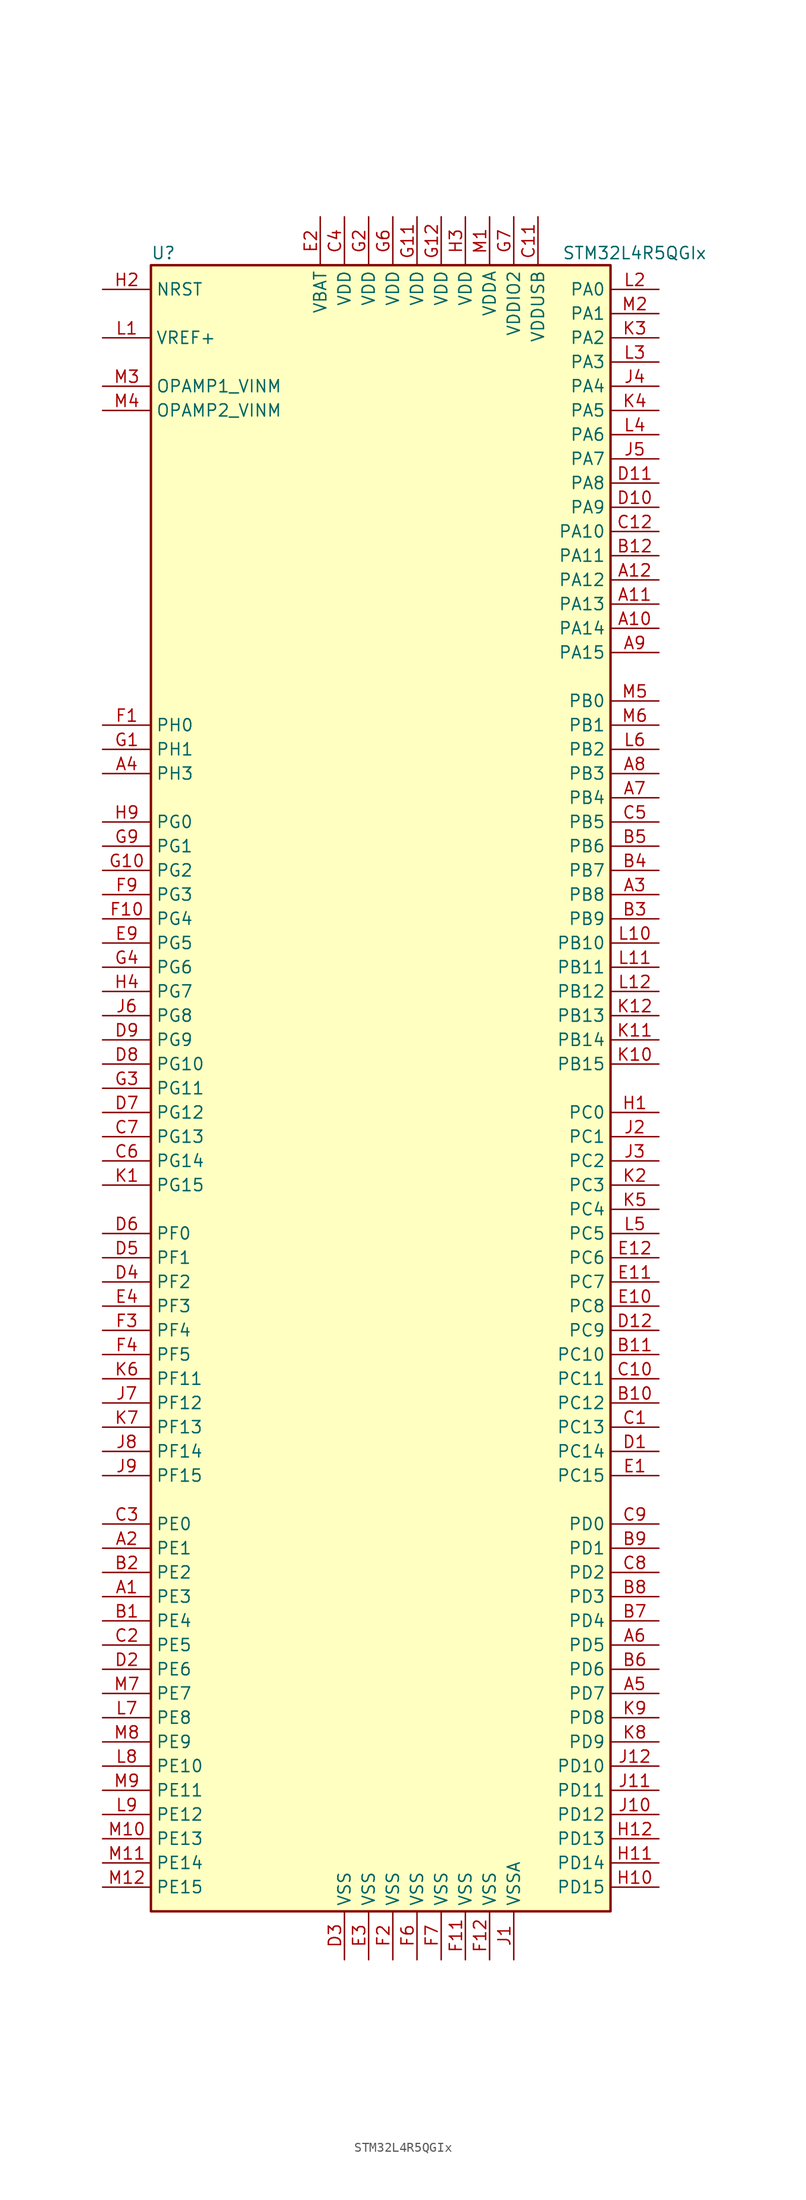
<source format=kicad_sym>
(kicad_symbol_lib
  (version 20211014)
  (generator kicad_symbol_editor)
  (symbol "STM32L4R5QGIx"
    (property "Reference" "U"
      (at -25.4 87.63 0)
      (effects (font (size 1.27 1.27)) (justify left)))
    (property "Value" "STM32L4R5QGIx"
      (at 17.78 87.63 0)
      (effects (font (size 1.27 1.27)) (justify left)))
    (symbol "STM32L4R5QGIx_0_1"
      (rectangle (start -25.4 -86.36) (end 22.86 86.36) (stroke (width 0.254) (type default) (color 0 0 0 0)) (fill (type background))))
    (symbol "STM32L4R5QGIx_1_1"
      (pin bidirectional line (at -30.48 -53.34 0) (length 5.08) (name "PE3" (effects (font (size 1.27 1.27)))) (number "A1" (effects (font (size 1.27 1.27)))))
      (pin bidirectional line (at 27.94 48.26 180) (length 5.08) (name "PA14" (effects (font (size 1.27 1.27)))) (number "A10" (effects (font (size 1.27 1.27)))))
      (pin bidirectional line (at 27.94 50.8 180) (length 5.08) (name "PA13" (effects (font (size 1.27 1.27)))) (number "A11" (effects (font (size 1.27 1.27)))))
      (pin bidirectional line (at 27.94 53.34 180) (length 5.08) (name "PA12" (effects (font (size 1.27 1.27)))) (number "A12" (effects (font (size 1.27 1.27)))))
      (pin bidirectional line (at -30.48 -48.26 0) (length 5.08) (name "PE1" (effects (font (size 1.27 1.27)))) (number "A2" (effects (font (size 1.27 1.27)))))
      (pin bidirectional line (at 27.94 20.32 180) (length 5.08) (name "PB8" (effects (font (size 1.27 1.27)))) (number "A3" (effects (font (size 1.27 1.27)))))
      (pin bidirectional line (at -30.48 33.02 0) (length 5.08) (name "PH3" (effects (font (size 1.27 1.27)))) (number "A4" (effects (font (size 1.27 1.27)))))
      (pin bidirectional line (at 27.94 -63.5 180) (length 5.08) (name "PD7" (effects (font (size 1.27 1.27)))) (number "A5" (effects (font (size 1.27 1.27)))))
      (pin bidirectional line (at 27.94 -58.42 180) (length 5.08) (name "PD5" (effects (font (size 1.27 1.27)))) (number "A6" (effects (font (size 1.27 1.27)))))
      (pin bidirectional line (at 27.94 30.48 180) (length 5.08) (name "PB4" (effects (font (size 1.27 1.27)))) (number "A7" (effects (font (size 1.27 1.27)))))
      (pin bidirectional line (at 27.94 33.02 180) (length 5.08) (name "PB3" (effects (font (size 1.27 1.27)))) (number "A8" (effects (font (size 1.27 1.27)))))
      (pin bidirectional line (at 27.94 45.72 180) (length 5.08) (name "PA15" (effects (font (size 1.27 1.27)))) (number "A9" (effects (font (size 1.27 1.27)))))
      (pin bidirectional line (at -30.48 -55.88 0) (length 5.08) (name "PE4" (effects (font (size 1.27 1.27)))) (number "B1" (effects (font (size 1.27 1.27)))))
      (pin bidirectional line (at 27.94 -33.02 180) (length 5.08) (name "PC12" (effects (font (size 1.27 1.27)))) (number "B10" (effects (font (size 1.27 1.27)))))
      (pin bidirectional line (at 27.94 -27.94 180) (length 5.08) (name "PC10" (effects (font (size 1.27 1.27)))) (number "B11" (effects (font (size 1.27 1.27)))))
      (pin bidirectional line (at 27.94 55.88 180) (length 5.08) (name "PA11" (effects (font (size 1.27 1.27)))) (number "B12" (effects (font (size 1.27 1.27)))))
      (pin bidirectional line (at -30.48 -50.8 0) (length 5.08) (name "PE2" (effects (font (size 1.27 1.27)))) (number "B2" (effects (font (size 1.27 1.27)))))
      (pin bidirectional line (at 27.94 17.78 180) (length 5.08) (name "PB9" (effects (font (size 1.27 1.27)))) (number "B3" (effects (font (size 1.27 1.27)))))
      (pin bidirectional line (at 27.94 22.86 180) (length 5.08) (name "PB7" (effects (font (size 1.27 1.27)))) (number "B4" (effects (font (size 1.27 1.27)))))
      (pin bidirectional line (at 27.94 25.4 180) (length 5.08) (name "PB6" (effects (font (size 1.27 1.27)))) (number "B5" (effects (font (size 1.27 1.27)))))
      (pin bidirectional line (at 27.94 -60.96 180) (length 5.08) (name "PD6" (effects (font (size 1.27 1.27)))) (number "B6" (effects (font (size 1.27 1.27)))))
      (pin bidirectional line (at 27.94 -55.88 180) (length 5.08) (name "PD4" (effects (font (size 1.27 1.27)))) (number "B7" (effects (font (size 1.27 1.27)))))
      (pin bidirectional line (at 27.94 -53.34 180) (length 5.08) (name "PD3" (effects (font (size 1.27 1.27)))) (number "B8" (effects (font (size 1.27 1.27)))))
      (pin bidirectional line (at 27.94 -48.26 180) (length 5.08) (name "PD1" (effects (font (size 1.27 1.27)))) (number "B9" (effects (font (size 1.27 1.27)))))
      (pin bidirectional line (at 27.94 -35.56 180) (length 5.08) (name "PC13" (effects (font (size 1.27 1.27)))) (number "C1" (effects (font (size 1.27 1.27)))))
      (pin bidirectional line (at 27.94 -30.48 180) (length 5.08) (name "PC11" (effects (font (size 1.27 1.27)))) (number "C10" (effects (font (size 1.27 1.27)))))
      (pin power_in line (at 15.24 91.44 270) (length 5.08) (name "VDDUSB" (effects (font (size 1.27 1.27)))) (number "C11" (effects (font (size 1.27 1.27)))))
      (pin bidirectional line (at 27.94 58.42 180) (length 5.08) (name "PA10" (effects (font (size 1.27 1.27)))) (number "C12" (effects (font (size 1.27 1.27)))))
      (pin bidirectional line (at -30.48 -58.42 0) (length 5.08) (name "PE5" (effects (font (size 1.27 1.27)))) (number "C2" (effects (font (size 1.27 1.27)))))
      (pin bidirectional line (at -30.48 -45.72 0) (length 5.08) (name "PE0" (effects (font (size 1.27 1.27)))) (number "C3" (effects (font (size 1.27 1.27)))))
      (pin power_in line (at -5.08 91.44 270) (length 5.08) (name "VDD" (effects (font (size 1.27 1.27)))) (number "C4" (effects (font (size 1.27 1.27)))))
      (pin bidirectional line (at 27.94 27.94 180) (length 5.08) (name "PB5" (effects (font (size 1.27 1.27)))) (number "C5" (effects (font (size 1.27 1.27)))))
      (pin bidirectional line (at -30.48 -7.62 0) (length 5.08) (name "PG14" (effects (font (size 1.27 1.27)))) (number "C6" (effects (font (size 1.27 1.27)))))
      (pin bidirectional line (at -30.48 -5.08 0) (length 5.08) (name "PG13" (effects (font (size 1.27 1.27)))) (number "C7" (effects (font (size 1.27 1.27)))))
      (pin bidirectional line (at 27.94 -50.8 180) (length 5.08) (name "PD2" (effects (font (size 1.27 1.27)))) (number "C8" (effects (font (size 1.27 1.27)))))
      (pin bidirectional line (at 27.94 -45.72 180) (length 5.08) (name "PD0" (effects (font (size 1.27 1.27)))) (number "C9" (effects (font (size 1.27 1.27)))))
      (pin bidirectional line (at 27.94 -38.1 180) (length 5.08) (name "PC14" (effects (font (size 1.27 1.27)))) (number "D1" (effects (font (size 1.27 1.27)))))
      (pin bidirectional line (at 27.94 60.96 180) (length 5.08) (name "PA9" (effects (font (size 1.27 1.27)))) (number "D10" (effects (font (size 1.27 1.27)))))
      (pin bidirectional line (at 27.94 63.5 180) (length 5.08) (name "PA8" (effects (font (size 1.27 1.27)))) (number "D11" (effects (font (size 1.27 1.27)))))
      (pin bidirectional line (at 27.94 -25.4 180) (length 5.08) (name "PC9" (effects (font (size 1.27 1.27)))) (number "D12" (effects (font (size 1.27 1.27)))))
      (pin bidirectional line (at -30.48 -60.96 0) (length 5.08) (name "PE6" (effects (font (size 1.27 1.27)))) (number "D2" (effects (font (size 1.27 1.27)))))
      (pin power_in line (at -5.08 -91.44 90) (length 5.08) (name "VSS" (effects (font (size 1.27 1.27)))) (number "D3" (effects (font (size 1.27 1.27)))))
      (pin bidirectional line (at -30.48 -20.32 0) (length 5.08) (name "PF2" (effects (font (size 1.27 1.27)))) (number "D4" (effects (font (size 1.27 1.27)))))
      (pin bidirectional line (at -30.48 -17.78 0) (length 5.08) (name "PF1" (effects (font (size 1.27 1.27)))) (number "D5" (effects (font (size 1.27 1.27)))))
      (pin bidirectional line (at -30.48 -15.24 0) (length 5.08) (name "PF0" (effects (font (size 1.27 1.27)))) (number "D6" (effects (font (size 1.27 1.27)))))
      (pin bidirectional line (at -30.48 -2.54 0) (length 5.08) (name "PG12" (effects (font (size 1.27 1.27)))) (number "D7" (effects (font (size 1.27 1.27)))))
      (pin bidirectional line (at -30.48 2.54 0) (length 5.08) (name "PG10" (effects (font (size 1.27 1.27)))) (number "D8" (effects (font (size 1.27 1.27)))))
      (pin bidirectional line (at -30.48 5.08 0) (length 5.08) (name "PG9" (effects (font (size 1.27 1.27)))) (number "D9" (effects (font (size 1.27 1.27)))))
      (pin bidirectional line (at 27.94 -40.64 180) (length 5.08) (name "PC15" (effects (font (size 1.27 1.27)))) (number "E1" (effects (font (size 1.27 1.27)))))
      (pin bidirectional line (at 27.94 -22.86 180) (length 5.08) (name "PC8" (effects (font (size 1.27 1.27)))) (number "E10" (effects (font (size 1.27 1.27)))))
      (pin bidirectional line (at 27.94 -20.32 180) (length 5.08) (name "PC7" (effects (font (size 1.27 1.27)))) (number "E11" (effects (font (size 1.27 1.27)))))
      (pin bidirectional line (at 27.94 -17.78 180) (length 5.08) (name "PC6" (effects (font (size 1.27 1.27)))) (number "E12" (effects (font (size 1.27 1.27)))))
      (pin power_in line (at -7.62 91.44 270) (length 5.08) (name "VBAT" (effects (font (size 1.27 1.27)))) (number "E2" (effects (font (size 1.27 1.27)))))
      (pin power_in line (at -2.54 -91.44 90) (length 5.08) (name "VSS" (effects (font (size 1.27 1.27)))) (number "E3" (effects (font (size 1.27 1.27)))))
      (pin bidirectional line (at -30.48 -22.86 0) (length 5.08) (name "PF3" (effects (font (size 1.27 1.27)))) (number "E4" (effects (font (size 1.27 1.27)))))
      (pin bidirectional line (at -30.48 15.24 0) (length 5.08) (name "PG5" (effects (font (size 1.27 1.27)))) (number "E9" (effects (font (size 1.27 1.27)))))
      (pin input line (at -30.48 38.1 0) (length 5.08) (name "PH0" (effects (font (size 1.27 1.27)))) (number "F1" (effects (font (size 1.27 1.27)))))
      (pin bidirectional line (at -30.48 17.78 0) (length 5.08) (name "PG4" (effects (font (size 1.27 1.27)))) (number "F10" (effects (font (size 1.27 1.27)))))
      (pin power_in line (at 7.62 -91.44 90) (length 5.08) (name "VSS" (effects (font (size 1.27 1.27)))) (number "F11" (effects (font (size 1.27 1.27)))))
      (pin power_in line (at 10.16 -91.44 90) (length 5.08) (name "VSS" (effects (font (size 1.27 1.27)))) (number "F12" (effects (font (size 1.27 1.27)))))
      (pin power_in line (at 0 -91.44 90) (length 5.08) (name "VSS" (effects (font (size 1.27 1.27)))) (number "F2" (effects (font (size 1.27 1.27)))))
      (pin bidirectional line (at -30.48 -25.4 0) (length 5.08) (name "PF4" (effects (font (size 1.27 1.27)))) (number "F3" (effects (font (size 1.27 1.27)))))
      (pin bidirectional line (at -30.48 -27.94 0) (length 5.08) (name "PF5" (effects (font (size 1.27 1.27)))) (number "F4" (effects (font (size 1.27 1.27)))))
      (pin power_in line (at 2.54 -91.44 90) (length 5.08) (name "VSS" (effects (font (size 1.27 1.27)))) (number "F6" (effects (font (size 1.27 1.27)))))
      (pin power_in line (at 5.08 -91.44 90) (length 5.08) (name "VSS" (effects (font (size 1.27 1.27)))) (number "F7" (effects (font (size 1.27 1.27)))))
      (pin bidirectional line (at -30.48 20.32 0) (length 5.08) (name "PG3" (effects (font (size 1.27 1.27)))) (number "F9" (effects (font (size 1.27 1.27)))))
      (pin input line (at -30.48 35.56 0) (length 5.08) (name "PH1" (effects (font (size 1.27 1.27)))) (number "G1" (effects (font (size 1.27 1.27)))))
      (pin bidirectional line (at -30.48 22.86 0) (length 5.08) (name "PG2" (effects (font (size 1.27 1.27)))) (number "G10" (effects (font (size 1.27 1.27)))))
      (pin power_in line (at 2.54 91.44 270) (length 5.08) (name "VDD" (effects (font (size 1.27 1.27)))) (number "G11" (effects (font (size 1.27 1.27)))))
      (pin power_in line (at 5.08 91.44 270) (length 5.08) (name "VDD" (effects (font (size 1.27 1.27)))) (number "G12" (effects (font (size 1.27 1.27)))))
      (pin power_in line (at -2.54 91.44 270) (length 5.08) (name "VDD" (effects (font (size 1.27 1.27)))) (number "G2" (effects (font (size 1.27 1.27)))))
      (pin bidirectional line (at -30.48 0 0) (length 5.08) (name "PG11" (effects (font (size 1.27 1.27)))) (number "G3" (effects (font (size 1.27 1.27)))))
      (pin bidirectional line (at -30.48 12.7 0) (length 5.08) (name "PG6" (effects (font (size 1.27 1.27)))) (number "G4" (effects (font (size 1.27 1.27)))))
      (pin power_in line (at 0 91.44 270) (length 5.08) (name "VDD" (effects (font (size 1.27 1.27)))) (number "G6" (effects (font (size 1.27 1.27)))))
      (pin power_in line (at 12.7 91.44 270) (length 5.08) (name "VDDIO2" (effects (font (size 1.27 1.27)))) (number "G7" (effects (font (size 1.27 1.27)))))
      (pin bidirectional line (at -30.48 25.4 0) (length 5.08) (name "PG1" (effects (font (size 1.27 1.27)))) (number "G9" (effects (font (size 1.27 1.27)))))
      (pin bidirectional line (at 27.94 -2.54 180) (length 5.08) (name "PC0" (effects (font (size 1.27 1.27)))) (number "H1" (effects (font (size 1.27 1.27)))))
      (pin bidirectional line (at 27.94 -83.82 180) (length 5.08) (name "PD15" (effects (font (size 1.27 1.27)))) (number "H10" (effects (font (size 1.27 1.27)))))
      (pin bidirectional line (at 27.94 -81.28 180) (length 5.08) (name "PD14" (effects (font (size 1.27 1.27)))) (number "H11" (effects (font (size 1.27 1.27)))))
      (pin bidirectional line (at 27.94 -78.74 180) (length 5.08) (name "PD13" (effects (font (size 1.27 1.27)))) (number "H12" (effects (font (size 1.27 1.27)))))
      (pin input line (at -30.48 83.82 0) (length 5.08) (name "NRST" (effects (font (size 1.27 1.27)))) (number "H2" (effects (font (size 1.27 1.27)))))
      (pin power_in line (at 7.62 91.44 270) (length 5.08) (name "VDD" (effects (font (size 1.27 1.27)))) (number "H3" (effects (font (size 1.27 1.27)))))
      (pin bidirectional line (at -30.48 10.16 0) (length 5.08) (name "PG7" (effects (font (size 1.27 1.27)))) (number "H4" (effects (font (size 1.27 1.27)))))
      (pin bidirectional line (at -30.48 27.94 0) (length 5.08) (name "PG0" (effects (font (size 1.27 1.27)))) (number "H9" (effects (font (size 1.27 1.27)))))
      (pin power_in line (at 12.7 -91.44 90) (length 5.08) (name "VSSA" (effects (font (size 1.27 1.27)))) (number "J1" (effects (font (size 1.27 1.27)))))
      (pin bidirectional line (at 27.94 -76.2 180) (length 5.08) (name "PD12" (effects (font (size 1.27 1.27)))) (number "J10" (effects (font (size 1.27 1.27)))))
      (pin bidirectional line (at 27.94 -73.66 180) (length 5.08) (name "PD11" (effects (font (size 1.27 1.27)))) (number "J11" (effects (font (size 1.27 1.27)))))
      (pin bidirectional line (at 27.94 -71.12 180) (length 5.08) (name "PD10" (effects (font (size 1.27 1.27)))) (number "J12" (effects (font (size 1.27 1.27)))))
      (pin bidirectional line (at 27.94 -5.08 180) (length 5.08) (name "PC1" (effects (font (size 1.27 1.27)))) (number "J2" (effects (font (size 1.27 1.27)))))
      (pin bidirectional line (at 27.94 -7.62 180) (length 5.08) (name "PC2" (effects (font (size 1.27 1.27)))) (number "J3" (effects (font (size 1.27 1.27)))))
      (pin bidirectional line (at 27.94 73.66 180) (length 5.08) (name "PA4" (effects (font (size 1.27 1.27)))) (number "J4" (effects (font (size 1.27 1.27)))))
      (pin bidirectional line (at 27.94 66.04 180) (length 5.08) (name "PA7" (effects (font (size 1.27 1.27)))) (number "J5" (effects (font (size 1.27 1.27)))))
      (pin bidirectional line (at -30.48 7.62 0) (length 5.08) (name "PG8" (effects (font (size 1.27 1.27)))) (number "J6" (effects (font (size 1.27 1.27)))))
      (pin bidirectional line (at -30.48 -33.02 0) (length 5.08) (name "PF12" (effects (font (size 1.27 1.27)))) (number "J7" (effects (font (size 1.27 1.27)))))
      (pin bidirectional line (at -30.48 -38.1 0) (length 5.08) (name "PF14" (effects (font (size 1.27 1.27)))) (number "J8" (effects (font (size 1.27 1.27)))))
      (pin bidirectional line (at -30.48 -40.64 0) (length 5.08) (name "PF15" (effects (font (size 1.27 1.27)))) (number "J9" (effects (font (size 1.27 1.27)))))
      (pin bidirectional line (at -30.48 -10.16 0) (length 5.08) (name "PG15" (effects (font (size 1.27 1.27)))) (number "K1" (effects (font (size 1.27 1.27)))))
      (pin bidirectional line (at 27.94 2.54 180) (length 5.08) (name "PB15" (effects (font (size 1.27 1.27)))) (number "K10" (effects (font (size 1.27 1.27)))))
      (pin bidirectional line (at 27.94 5.08 180) (length 5.08) (name "PB14" (effects (font (size 1.27 1.27)))) (number "K11" (effects (font (size 1.27 1.27)))))
      (pin bidirectional line (at 27.94 7.62 180) (length 5.08) (name "PB13" (effects (font (size 1.27 1.27)))) (number "K12" (effects (font (size 1.27 1.27)))))
      (pin bidirectional line (at 27.94 -10.16 180) (length 5.08) (name "PC3" (effects (font (size 1.27 1.27)))) (number "K2" (effects (font (size 1.27 1.27)))))
      (pin bidirectional line (at 27.94 78.74 180) (length 5.08) (name "PA2" (effects (font (size 1.27 1.27)))) (number "K3" (effects (font (size 1.27 1.27)))))
      (pin bidirectional line (at 27.94 71.12 180) (length 5.08) (name "PA5" (effects (font (size 1.27 1.27)))) (number "K4" (effects (font (size 1.27 1.27)))))
      (pin bidirectional line (at 27.94 -12.7 180) (length 5.08) (name "PC4" (effects (font (size 1.27 1.27)))) (number "K5" (effects (font (size 1.27 1.27)))))
      (pin bidirectional line (at -30.48 -30.48 0) (length 5.08) (name "PF11" (effects (font (size 1.27 1.27)))) (number "K6" (effects (font (size 1.27 1.27)))))
      (pin bidirectional line (at -30.48 -35.56 0) (length 5.08) (name "PF13" (effects (font (size 1.27 1.27)))) (number "K7" (effects (font (size 1.27 1.27)))))
      (pin bidirectional line (at 27.94 -68.58 180) (length 5.08) (name "PD9" (effects (font (size 1.27 1.27)))) (number "K8" (effects (font (size 1.27 1.27)))))
      (pin bidirectional line (at 27.94 -66.04 180) (length 5.08) (name "PD8" (effects (font (size 1.27 1.27)))) (number "K9" (effects (font (size 1.27 1.27)))))
      (pin bidirectional line (at -30.48 78.74 0) (length 5.08) (name "VREF+" (effects (font (size 1.27 1.27)))) (number "L1" (effects (font (size 1.27 1.27)))))
      (pin bidirectional line (at 27.94 15.24 180) (length 5.08) (name "PB10" (effects (font (size 1.27 1.27)))) (number "L10" (effects (font (size 1.27 1.27)))))
      (pin bidirectional line (at 27.94 12.7 180) (length 5.08) (name "PB11" (effects (font (size 1.27 1.27)))) (number "L11" (effects (font (size 1.27 1.27)))))
      (pin bidirectional line (at 27.94 10.16 180) (length 5.08) (name "PB12" (effects (font (size 1.27 1.27)))) (number "L12" (effects (font (size 1.27 1.27)))))
      (pin bidirectional line (at 27.94 83.82 180) (length 5.08) (name "PA0" (effects (font (size 1.27 1.27)))) (number "L2" (effects (font (size 1.27 1.27)))))
      (pin bidirectional line (at 27.94 76.2 180) (length 5.08) (name "PA3" (effects (font (size 1.27 1.27)))) (number "L3" (effects (font (size 1.27 1.27)))))
      (pin bidirectional line (at 27.94 68.58 180) (length 5.08) (name "PA6" (effects (font (size 1.27 1.27)))) (number "L4" (effects (font (size 1.27 1.27)))))
      (pin bidirectional line (at 27.94 -15.24 180) (length 5.08) (name "PC5" (effects (font (size 1.27 1.27)))) (number "L5" (effects (font (size 1.27 1.27)))))
      (pin bidirectional line (at 27.94 35.56 180) (length 5.08) (name "PB2" (effects (font (size 1.27 1.27)))) (number "L6" (effects (font (size 1.27 1.27)))))
      (pin bidirectional line (at -30.48 -66.04 0) (length 5.08) (name "PE8" (effects (font (size 1.27 1.27)))) (number "L7" (effects (font (size 1.27 1.27)))))
      (pin bidirectional line (at -30.48 -71.12 0) (length 5.08) (name "PE10" (effects (font (size 1.27 1.27)))) (number "L8" (effects (font (size 1.27 1.27)))))
      (pin bidirectional line (at -30.48 -76.2 0) (length 5.08) (name "PE12" (effects (font (size 1.27 1.27)))) (number "L9" (effects (font (size 1.27 1.27)))))
      (pin power_in line (at 10.16 91.44 270) (length 5.08) (name "VDDA" (effects (font (size 1.27 1.27)))) (number "M1" (effects (font (size 1.27 1.27)))))
      (pin bidirectional line (at -30.48 -78.74 0) (length 5.08) (name "PE13" (effects (font (size 1.27 1.27)))) (number "M10" (effects (font (size 1.27 1.27)))))
      (pin bidirectional line (at -30.48 -81.28 0) (length 5.08) (name "PE14" (effects (font (size 1.27 1.27)))) (number "M11" (effects (font (size 1.27 1.27)))))
      (pin bidirectional line (at -30.48 -83.82 0) (length 5.08) (name "PE15" (effects (font (size 1.27 1.27)))) (number "M12" (effects (font (size 1.27 1.27)))))
      (pin bidirectional line (at 27.94 81.28 180) (length 5.08) (name "PA1" (effects (font (size 1.27 1.27)))) (number "M2" (effects (font (size 1.27 1.27)))))
      (pin bidirectional line (at -30.48 73.66 0) (length 5.08) (name "OPAMP1_VINM" (effects (font (size 1.27 1.27)))) (number "M3" (effects (font (size 1.27 1.27)))))
      (pin bidirectional line (at -30.48 71.12 0) (length 5.08) (name "OPAMP2_VINM" (effects (font (size 1.27 1.27)))) (number "M4" (effects (font (size 1.27 1.27)))))
      (pin bidirectional line (at 27.94 40.64 180) (length 5.08) (name "PB0" (effects (font (size 1.27 1.27)))) (number "M5" (effects (font (size 1.27 1.27)))))
      (pin bidirectional line (at 27.94 38.1 180) (length 5.08) (name "PB1" (effects (font (size 1.27 1.27)))) (number "M6" (effects (font (size 1.27 1.27)))))
      (pin bidirectional line (at -30.48 -63.5 0) (length 5.08) (name "PE7" (effects (font (size 1.27 1.27)))) (number "M7" (effects (font (size 1.27 1.27)))))
      (pin bidirectional line (at -30.48 -68.58 0) (length 5.08) (name "PE9" (effects (font (size 1.27 1.27)))) (number "M8" (effects (font (size 1.27 1.27)))))
      (pin bidirectional line (at -30.48 -73.66 0) (length 5.08) (name "PE11" (effects (font (size 1.27 1.27)))) (number "M9" (effects (font (size 1.27 1.27))))))))
</source>
